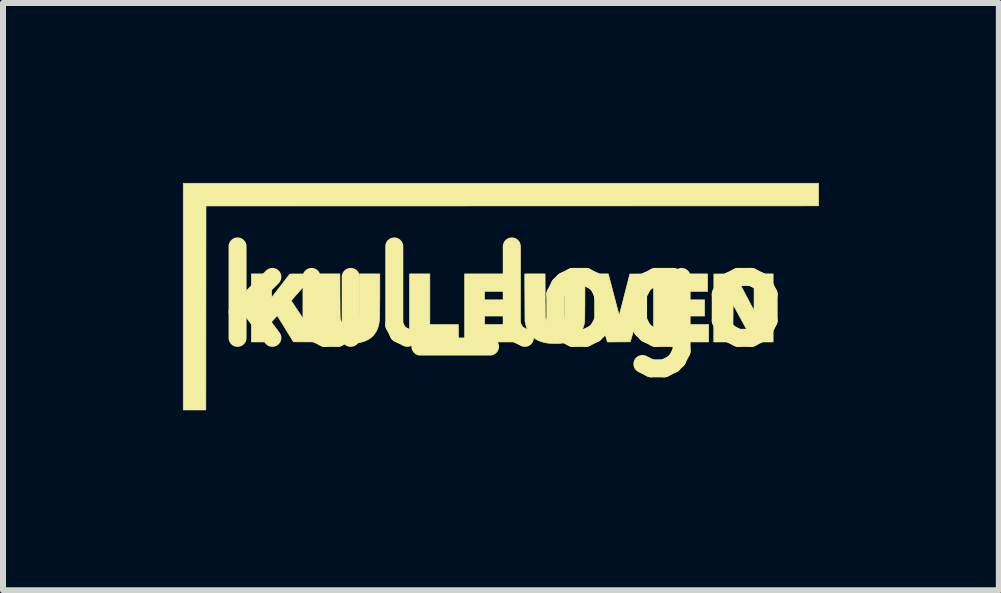
<source format=kicad_pcb>
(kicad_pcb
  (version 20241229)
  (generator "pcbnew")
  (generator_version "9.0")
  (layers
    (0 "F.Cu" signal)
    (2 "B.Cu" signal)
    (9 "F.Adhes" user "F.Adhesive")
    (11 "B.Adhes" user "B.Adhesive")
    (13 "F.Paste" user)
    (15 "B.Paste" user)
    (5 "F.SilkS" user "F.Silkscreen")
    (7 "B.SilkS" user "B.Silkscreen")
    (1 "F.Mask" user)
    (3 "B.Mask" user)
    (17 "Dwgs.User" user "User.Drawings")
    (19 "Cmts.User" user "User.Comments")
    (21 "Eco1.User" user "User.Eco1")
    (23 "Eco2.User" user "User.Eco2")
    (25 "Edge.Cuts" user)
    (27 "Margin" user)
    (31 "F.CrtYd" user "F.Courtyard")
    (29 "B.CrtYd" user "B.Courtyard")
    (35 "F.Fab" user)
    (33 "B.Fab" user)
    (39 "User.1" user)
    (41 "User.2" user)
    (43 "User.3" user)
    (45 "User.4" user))
  (footprint "kul_logo"
    (layer "F.Cu")
    (at 5.301 1.893)
    (property "Reference" "kul_logo" (at 0 0 0) (layer "F.SilkS") (effects (font (size 1.524 1.524) (thickness 0.3))))
    (attr through_hole)
    (fp_poly (pts (xy -1.185 0.466) (xy -0.709 0.468) (xy -0.708 0.613) (xy -0.707 0.758) (xy -1.524 0.758) (xy -1.524 -0.377) (xy -1.185 -0.377) (xy -1.185 0.466)) (stroke (width 0.01) (type solid)) (fill yes) (layer "F.SilkS"))
    (fp_poly (pts (xy 5.296 -1.7) (xy 5.296 -1.511) (xy -4.917 -1.509) (xy -4.918 0.192) (xy -4.919 1.892) (xy -5.296 1.892) (xy -5.296 -1.888) (xy 5.296 -1.888) (xy 5.296 -1.7)) (stroke (width 0.01) (type solid)) (fill yes) (layer "F.SilkS"))
    (fp_poly (pts (xy 0.296 -0.085) (xy -0.271 -0.085) (xy -0.271 0.055) (xy 0.246 0.055) (xy 0.246 0.326) (xy -0.271 0.326) (xy -0.271 0.466) (xy 0.313 0.466) (xy 0.313 0.758) (xy -0.605 0.758) (xy -0.605 -0.377) (xy 0.296 -0.377) (xy 0.296 -0.085)) (stroke (width 0.01) (type solid)) (fill yes) (layer "F.SilkS"))
    (fp_poly (pts (xy 3.446 -0.085) (xy 2.883 -0.085) (xy 2.883 0.055) (xy 3.395 0.055) (xy 3.395 0.326) (xy 2.883 0.326) (xy 2.883 0.466) (xy 3.463 0.466) (xy 3.463 0.758) (xy 2.544 0.758) (xy 2.544 -0.377) (xy 3.446 -0.377) (xy 3.446 -0.085)) (stroke (width 0.01) (type solid)) (fill yes) (layer "F.SilkS"))
    (fp_poly (pts (xy 4.538 0.758) (xy 4.209 0.758) (xy 4.043 0.452) (xy 4.018 0.405) (xy 3.993 0.36) (xy 3.97 0.318) (xy 3.949 0.278) (xy 3.929 0.243) (xy 3.912 0.212) (xy 3.898 0.186) (xy 3.887 0.166) (xy 3.878 0.151) (xy 3.874 0.143) (xy 3.873 0.142) (xy 3.872 0.145) (xy 3.872 0.157) (xy 3.871 0.176) (xy 3.871 0.202) (xy 3.87 0.235) (xy 3.87 0.274) (xy 3.87 0.319) (xy 3.869 0.369) (xy 3.869 0.424) (xy 3.869 0.448) (xy 3.869 0.758) (xy 3.548 0.758) (xy 3.549 0.192) (xy 3.55 -0.375) (xy 3.723 -0.376) (xy 3.897 -0.377) (xy 4.053 -0.081) (xy 4.077 -0.034) (xy 4.101 0.01) (xy 4.123 0.052) (xy 4.143 0.091) (xy 4.162 0.126) (xy 4.178 0.156) (xy 4.192 0.182) (xy 4.203 0.202) (xy 4.21 0.215) (xy 4.214 0.222) (xy 4.214 0.223) (xy 4.216 0.224) (xy 4.217 0.222) (xy 4.217 0.217) (xy 4.218 0.209) (xy 4.219 0.196) (xy 4.219 0.179) (xy 4.22 0.158) (xy 4.22 0.13) (xy 4.22 0.096) (xy 4.22 0.056) (xy 4.22 0.009) (xy 4.22 -0.046) (xy 4.22 -0.073) (xy 4.221 -0.377) (xy 4.538 -0.377) (xy 4.538 0.758)) (stroke (width 0.01) (type solid)) (fill yes) (layer "F.SilkS"))
    (fp_poly (pts (xy 1.795 -0.361) (xy 1.796 -0.354) (xy 1.8 -0.34) (xy 1.805 -0.319) (xy 1.813 -0.292) (xy 1.821 -0.259) (xy 1.831 -0.222) (xy 1.842 -0.18) (xy 1.854 -0.134) (xy 1.866 -0.086) (xy 1.88 -0.035) (xy 1.884 -0.019) (xy 1.897 0.032) (xy 1.91 0.08) (xy 1.922 0.126) (xy 1.933 0.168) (xy 1.943 0.205) (xy 1.952 0.238) (xy 1.959 0.265) (xy 1.965 0.286) (xy 1.968 0.301) (xy 1.97 0.308) (xy 1.971 0.308) (xy 1.971 0.309) (xy 1.972 0.308) (xy 1.973 0.306) (xy 1.974 0.302) (xy 1.976 0.296) (xy 1.978 0.287) (xy 1.982 0.274) (xy 1.986 0.258) (xy 1.992 0.237) (xy 1.998 0.212) (xy 2.006 0.181) (xy 2.016 0.144) (xy 2.027 0.101) (xy 2.04 0.051) (xy 2.054 -0.006) (xy 2.065 -0.049) (xy 2.149 -0.375) (xy 2.323 -0.376) (xy 2.361 -0.376) (xy 2.396 -0.376) (xy 2.427 -0.376) (xy 2.453 -0.376) (xy 2.474 -0.376) (xy 2.489 -0.376) (xy 2.497 -0.376) (xy 2.498 -0.376) (xy 2.496 -0.371) (xy 2.493 -0.36) (xy 2.487 -0.341) (xy 2.48 -0.315) (xy 2.47 -0.283) (xy 2.459 -0.245) (xy 2.446 -0.202) (xy 2.431 -0.154) (xy 2.415 -0.102) (xy 2.398 -0.046) (xy 2.38 0.014) (xy 2.361 0.077) (xy 2.341 0.142) (xy 2.327 0.191) (xy 2.156 0.756) (xy 1.966 0.757) (xy 1.775 0.758) (xy 1.613 0.196) (xy 1.594 0.129) (xy 1.575 0.064) (xy 1.557 0.002) (xy 1.54 -0.057) (xy 1.524 -0.113) (xy 1.509 -0.164) (xy 1.496 -0.211) (xy 1.483 -0.252) (xy 1.473 -0.289) (xy 1.464 -0.319) (xy 1.457 -0.343) (xy 1.452 -0.36) (xy 1.449 -0.369) (xy 1.449 -0.371) (xy 1.45 -0.373) (xy 1.455 -0.374) (xy 1.464 -0.375) (xy 1.479 -0.376) (xy 1.499 -0.376) (xy 1.525 -0.376) (xy 1.558 -0.377) (xy 1.599 -0.377) (xy 1.619 -0.377) (xy 1.79 -0.377) (xy 1.795 -0.361)) (stroke (width 0.01) (type solid)) (fill yes) (layer "F.SilkS"))
    (fp_poly (pts (xy 1.232 -0.377) (xy 1.402 -0.377) (xy 1.4 0.018) (xy 1.4 0.085) (xy 1.4 0.144) (xy 1.399 0.195) (xy 1.399 0.24) (xy 1.399 0.279) (xy 1.398 0.312) (xy 1.398 0.339) (xy 1.398 0.363) (xy 1.397 0.382) (xy 1.396 0.398) (xy 1.396 0.411) (xy 1.395 0.422) (xy 1.394 0.43) (xy 1.393 0.438) (xy 1.391 0.445) (xy 1.39 0.452) (xy 1.39 0.453) (xy 1.381 0.488) (xy 1.369 0.524) (xy 1.356 0.558) (xy 1.342 0.587) (xy 1.337 0.595) (xy 1.324 0.615) (xy 1.305 0.638) (xy 1.283 0.661) (xy 1.259 0.682) (xy 1.237 0.701) (xy 1.217 0.714) (xy 1.167 0.739) (xy 1.111 0.759) (xy 1.051 0.773) (xy 1.014 0.778) (xy 0.991 0.78) (xy 0.962 0.782) (xy 0.93 0.783) (xy 0.895 0.783) (xy 0.861 0.782) (xy 0.828 0.781) (xy 0.799 0.779) (xy 0.777 0.777) (xy 0.773 0.776) (xy 0.711 0.764) (xy 0.657 0.748) (xy 0.609 0.727) (xy 0.566 0.702) (xy 0.528 0.671) (xy 0.514 0.659) (xy 0.482 0.622) (xy 0.456 0.581) (xy 0.435 0.536) (xy 0.418 0.485) (xy 0.411 0.458) (xy 0.401 0.409) (xy 0.399 0.016) (xy 0.397 -0.377) (xy 0.736 -0.377) (xy 0.738 -0.016) (xy 0.738 0.049) (xy 0.738 0.106) (xy 0.739 0.156) (xy 0.739 0.198) (xy 0.739 0.235) (xy 0.74 0.266) (xy 0.74 0.292) (xy 0.741 0.313) (xy 0.742 0.33) (xy 0.742 0.344) (xy 0.743 0.355) (xy 0.744 0.363) (xy 0.745 0.37) (xy 0.746 0.373) (xy 0.755 0.404) (xy 0.766 0.429) (xy 0.78 0.45) (xy 0.787 0.459) (xy 0.805 0.475) (xy 0.825 0.487) (xy 0.849 0.494) (xy 0.879 0.498) (xy 0.892 0.499) (xy 0.929 0.498) (xy 0.961 0.493) (xy 0.987 0.482) (xy 1.009 0.465) (xy 1.026 0.442) (xy 1.032 0.433) (xy 1.036 0.425) (xy 1.041 0.417) (xy 1.044 0.409) (xy 1.047 0.4) (xy 1.05 0.391) (xy 1.052 0.38) (xy 1.054 0.367) (xy 1.056 0.351) (xy 1.057 0.332) (xy 1.058 0.308) (xy 1.059 0.281) (xy 1.06 0.248) (xy 1.06 0.21) (xy 1.061 0.165) (xy 1.061 0.114) (xy 1.061 0.056) (xy 1.061 -0.01) (xy 1.061 -0.014) (xy 1.063 -0.377) (xy 1.232 -0.377)) (stroke (width 0.01) (type solid)) (fill yes) (layer "F.SilkS"))
    (fp_poly (pts (xy -3.823 -0.181) (xy -3.823 -0.135) (xy -3.823 -0.097) (xy -3.823 -0.067) (xy -3.822 -0.042) (xy -3.822 -0.023) (xy -3.822 -0.01) (xy -3.821 -0.000367) (xy -3.82 0.005) (xy -3.819 0.008) (xy -3.817 0.008) (xy -3.816 0.007) (xy -3.815 0.006) (xy -3.811 0.001) (xy -3.802 -0.01) (xy -3.789 -0.026) (xy -3.773 -0.047) (xy -3.753 -0.072) (xy -3.731 -0.101) (xy -3.706 -0.132) (xy -3.68 -0.166) (xy -3.668 -0.182) (xy -3.642 -0.216) (xy -3.617 -0.249) (xy -3.593 -0.279) (xy -3.573 -0.306) (xy -3.555 -0.329) (xy -3.54 -0.347) (xy -3.53 -0.36) (xy -3.524 -0.368) (xy -3.523 -0.369) (xy -3.52 -0.371) (xy -3.517 -0.373) (xy -3.512 -0.374) (xy -3.505 -0.375) (xy -3.494 -0.375) (xy -3.479 -0.376) (xy -3.46 -0.376) (xy -3.435 -0.376) (xy -3.404 -0.376) (xy -3.366 -0.376) (xy -3.321 -0.376) (xy -3.309 -0.376) (xy -3.102 -0.375) (xy -3.299 -0.155) (xy -3.337 -0.113) (xy -3.371 -0.074) (xy -3.402 -0.039) (xy -3.429 -0.009) (xy -3.452 0.018) (xy -3.47 0.039) (xy -3.483 0.055) (xy -3.492 0.066) (xy -3.495 0.071) (xy -3.495 0.071) (xy -3.492 0.075) (xy -3.485 0.086) (xy -3.474 0.103) (xy -3.459 0.125) (xy -3.441 0.153) (xy -3.42 0.185) (xy -3.396 0.221) (xy -3.369 0.261) (xy -3.341 0.304) (xy -3.31 0.349) (xy -3.278 0.397) (xy -3.266 0.415) (xy -3.234 0.463) (xy -3.203 0.509) (xy -3.174 0.553) (xy -3.147 0.594) (xy -3.122 0.631) (xy -3.1 0.664) (xy -3.08 0.693) (xy -3.065 0.717) (xy -3.052 0.736) (xy -3.044 0.748) (xy -3.04 0.755) (xy -3.04 0.755) (xy -3.044 0.756) (xy -3.055 0.756) (xy -3.074 0.757) (xy -3.099 0.757) (xy -3.129 0.757) (xy -3.163 0.757) (xy -3.201 0.757) (xy -3.242 0.757) (xy -3.25 0.757) (xy -3.46 0.756) (xy -3.592 0.54) (xy -3.616 0.501) (xy -3.639 0.464) (xy -3.66 0.431) (xy -3.679 0.4) (xy -3.695 0.374) (xy -3.709 0.353) (xy -3.719 0.336) (xy -3.726 0.326) (xy -3.729 0.323) (xy -3.732 0.325) (xy -3.741 0.333) (xy -3.753 0.346) (xy -3.767 0.361) (xy -3.777 0.372) (xy -3.823 0.423) (xy -3.823 0.758) (xy -4.161 0.758) (xy -4.161 -0.377) (xy -3.823 -0.377) (xy -3.823 -0.181)) (stroke (width 0.01) (type solid)) (fill yes) (layer "F.SilkS"))
    (fp_poly (pts (xy -2.683 -0.012) (xy -2.683 0.053) (xy -2.682 0.11) (xy -2.682 0.16) (xy -2.682 0.202) (xy -2.681 0.239) (xy -2.681 0.27) (xy -2.68 0.295) (xy -2.68 0.317) (xy -2.679 0.334) (xy -2.679 0.348) (xy -2.678 0.358) (xy -2.677 0.367) (xy -2.676 0.374) (xy -2.674 0.379) (xy -2.674 0.38) (xy -2.663 0.414) (xy -2.649 0.441) (xy -2.631 0.462) (xy -2.609 0.479) (xy -2.6 0.484) (xy -2.588 0.489) (xy -2.578 0.493) (xy -2.568 0.496) (xy -2.555 0.497) (xy -2.539 0.497) (xy -2.519 0.497) (xy -2.49 0.497) (xy -2.467 0.494) (xy -2.449 0.489) (xy -2.433 0.481) (xy -2.418 0.469) (xy -2.411 0.462) (xy -2.403 0.454) (xy -2.396 0.445) (xy -2.389 0.436) (xy -2.384 0.425) (xy -2.379 0.412) (xy -2.374 0.398) (xy -2.371 0.38) (xy -2.368 0.359) (xy -2.365 0.335) (xy -2.363 0.306) (xy -2.362 0.272) (xy -2.36 0.233) (xy -2.36 0.188) (xy -2.359 0.137) (xy -2.358 0.079) (xy -2.358 0.014) (xy -2.358 -0.059) (xy -2.358 -0.079) (xy -2.358 -0.377) (xy -2.019 -0.377) (xy -2.019 -0.02) (xy -2.019 0.038) (xy -2.02 0.094) (xy -2.02 0.147) (xy -2.02 0.197) (xy -2.021 0.242) (xy -2.021 0.283) (xy -2.022 0.318) (xy -2.022 0.347) (xy -2.023 0.369) (xy -2.023 0.383) (xy -2.024 0.385) (xy -2.033 0.45) (xy -2.047 0.51) (xy -2.068 0.563) (xy -2.096 0.611) (xy -2.129 0.653) (xy -2.168 0.688) (xy -2.214 0.719) (xy -2.266 0.743) (xy -2.324 0.762) (xy -2.388 0.775) (xy -2.397 0.777) (xy -2.414 0.779) (xy -2.438 0.78) (xy -2.467 0.781) (xy -2.497 0.782) (xy -2.529 0.783) (xy -2.559 0.783) (xy -2.586 0.782) (xy -2.608 0.781) (xy -2.623 0.78) (xy -2.681 0.771) (xy -2.733 0.758) (xy -2.779 0.742) (xy -2.812 0.728) (xy -2.86 0.7) (xy -2.901 0.666) (xy -2.936 0.627) (xy -2.965 0.582) (xy -2.989 0.532) (xy -3.007 0.474) (xy -3.01 0.459) (xy -3.012 0.452) (xy -3.014 0.445) (xy -3.015 0.438) (xy -3.016 0.43) (xy -3.017 0.42) (xy -3.018 0.409) (xy -3.018 0.395) (xy -3.019 0.378) (xy -3.019 0.357) (xy -3.02 0.332) (xy -3.02 0.303) (xy -3.02 0.268) (xy -3.021 0.227) (xy -3.021 0.18) (xy -3.021 0.125) (xy -3.021 0.063) (xy -3.021 0.02) (xy -3.023 -0.377) (xy -2.854 -0.377) (xy -2.684 -0.377) (xy -2.683 -0.012)) (stroke (width 0.01) (type solid)) (fill yes) (layer "F.SilkS")))
  (gr_rect
    (start -3 -3)
    (end 13.602 6.79)
    (stroke (width 0.1) (type default))
    (fill no)
    (layer "Edge.Cuts")))
</source>
